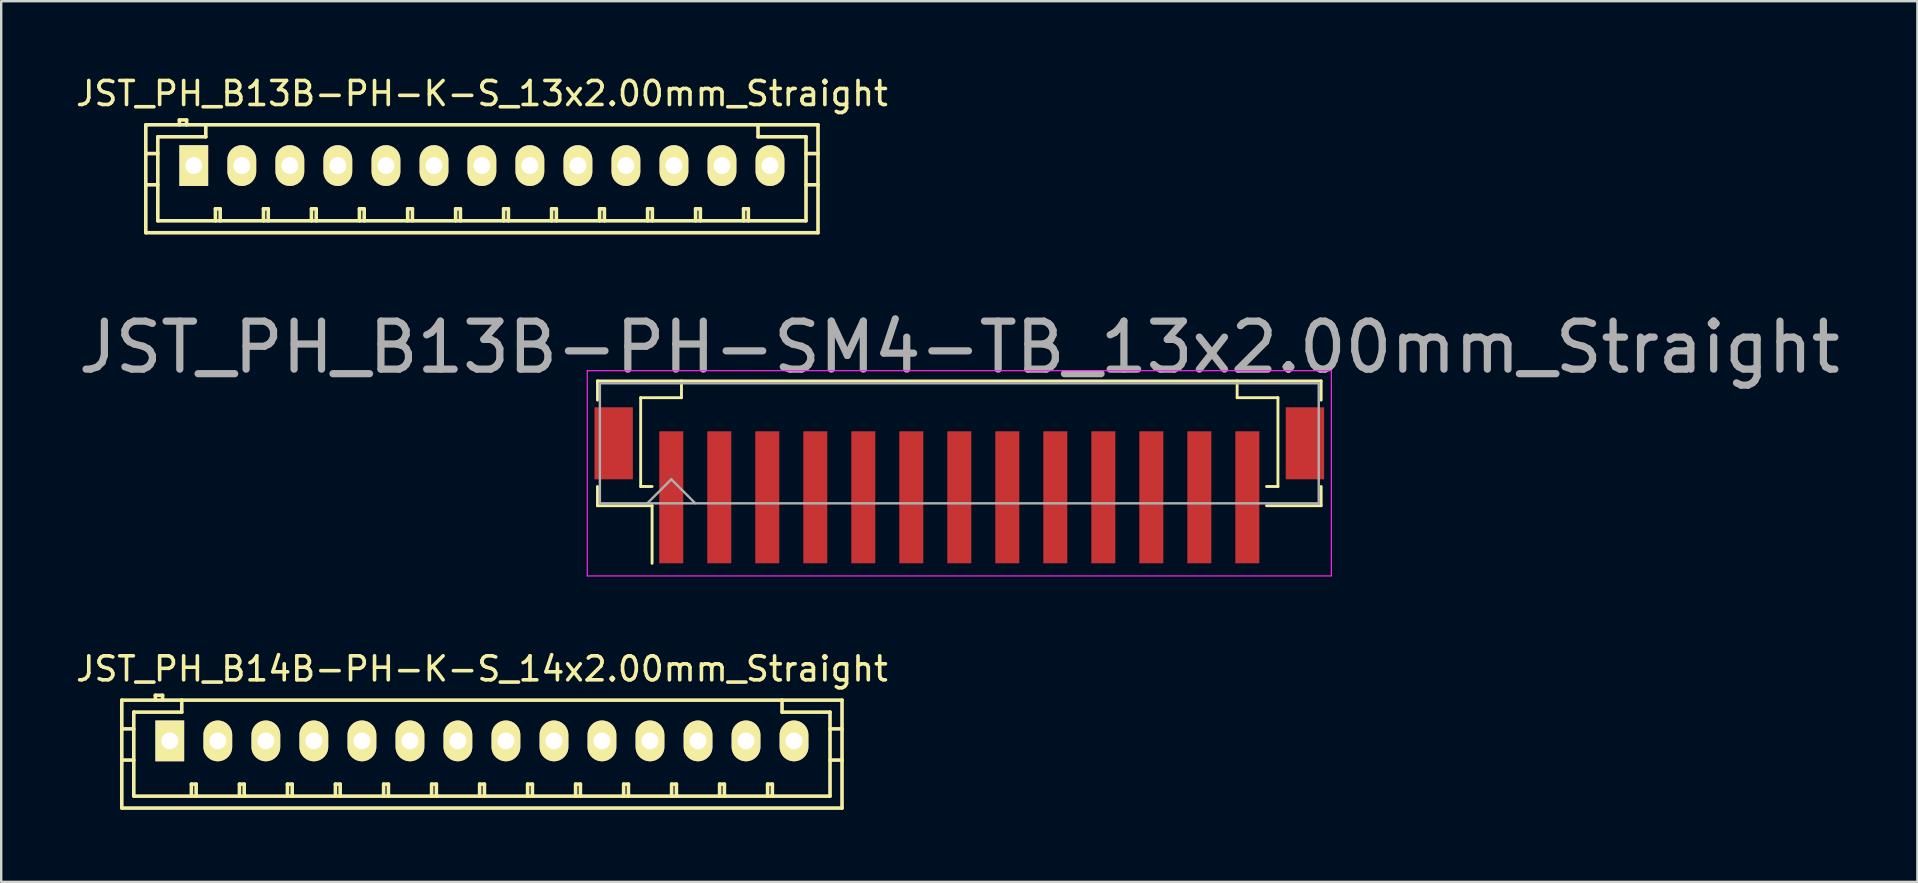
<source format=kicad_pcb>
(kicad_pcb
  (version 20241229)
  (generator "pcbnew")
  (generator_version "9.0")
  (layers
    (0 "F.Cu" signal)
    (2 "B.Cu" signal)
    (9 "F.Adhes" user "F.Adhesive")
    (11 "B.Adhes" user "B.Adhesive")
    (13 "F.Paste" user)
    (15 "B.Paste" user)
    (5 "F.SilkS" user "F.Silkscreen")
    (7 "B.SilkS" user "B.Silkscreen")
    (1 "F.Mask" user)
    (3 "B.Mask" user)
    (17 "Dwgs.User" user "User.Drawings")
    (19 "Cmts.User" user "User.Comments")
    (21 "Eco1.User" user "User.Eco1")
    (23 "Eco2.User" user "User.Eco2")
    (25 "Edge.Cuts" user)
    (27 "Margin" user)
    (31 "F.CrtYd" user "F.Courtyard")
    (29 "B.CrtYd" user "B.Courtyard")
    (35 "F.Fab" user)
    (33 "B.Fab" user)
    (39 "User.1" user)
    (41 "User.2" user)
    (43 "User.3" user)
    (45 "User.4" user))
  (footprint "JST_PH_B14B-PH-K-S_14x2.00mm_Straight"
    (layer "F.Cu")
    (at 4.03 27.817)
    (property "Reference" "JST_PH_B14B-PH-K-S_14x2.00mm_Straight" (at 13 -3 0) (layer "F.SilkS") (effects (font (size 1 1) (thickness 0.15))))
    (attr through_hole)
    (fp_line (start -2.006 -1.699) (end -2.006 2.799) (stroke (width 0.15) (type solid)) (layer "F.SilkS"))
    (fp_line (start -2.001 -1.699) (end 28.001 -1.699) (stroke (width 0.15) (type solid)) (layer "F.SilkS"))
    (fp_line (start -2.001 2.799) (end 28.001 2.799) (stroke (width 0.15) (type solid)) (layer "F.SilkS"))
    (fp_line (start -1.506 -1.199) (end -1.506 2.301) (stroke (width 0.15) (type solid)) (layer "F.SilkS"))
    (fp_line (start -1.506 -0.5) (end -2.006 -0.5) (stroke (width 0.15) (type solid)) (layer "F.SilkS"))
    (fp_line (start -1.506 0.8) (end -2.006 0.8) (stroke (width 0.15) (type solid)) (layer "F.SilkS"))
    (fp_line (start -0.607 -1.9) (end -0.607 -1.699) (stroke (width 0.15) (type solid)) (layer "F.SilkS"))
    (fp_line (start -0.307 -1.9) (end -0.607 -1.9) (stroke (width 0.15) (type solid)) (layer "F.SilkS"))
    (fp_line (start -0.307 -1.699) (end -0.307 -1.9) (stroke (width 0.15) (type solid)) (layer "F.SilkS"))
    (fp_line (start 0.493 -1.699) (end 0.493 -1.199) (stroke (width 0.15) (type solid)) (layer "F.SilkS"))
    (fp_line (start 0.493 -1.199) (end -1.506 -1.199) (stroke (width 0.15) (type solid)) (layer "F.SilkS"))
    (fp_line (start 0.894 1.801) (end 1.092 1.801) (stroke (width 0.15) (type solid)) (layer "F.SilkS"))
    (fp_line (start 0.894 2.301) (end 0.894 1.801) (stroke (width 0.15) (type solid)) (layer "F.SilkS"))
    (fp_line (start 1.092 1.801) (end 1.092 2.301) (stroke (width 0.15) (type solid)) (layer "F.SilkS"))
    (fp_line (start 2.896 1.801) (end 3.094 1.801) (stroke (width 0.15) (type solid)) (layer "F.SilkS"))
    (fp_line (start 2.896 2.301) (end 2.896 1.801) (stroke (width 0.15) (type solid)) (layer "F.SilkS"))
    (fp_line (start 3.094 1.801) (end 3.094 2.301) (stroke (width 0.15) (type solid)) (layer "F.SilkS"))
    (fp_line (start 4.895 1.801) (end 5.093 1.801) (stroke (width 0.15) (type solid)) (layer "F.SilkS"))
    (fp_line (start 4.895 2.301) (end 4.895 1.801) (stroke (width 0.15) (type solid)) (layer "F.SilkS"))
    (fp_line (start 5.093 1.801) (end 5.093 2.301) (stroke (width 0.15) (type solid)) (layer "F.SilkS"))
    (fp_line (start 6.894 1.801) (end 7.092 1.801) (stroke (width 0.15) (type solid)) (layer "F.SilkS"))
    (fp_line (start 6.894 2.301) (end 6.894 1.801) (stroke (width 0.15) (type solid)) (layer "F.SilkS"))
    (fp_line (start 7.092 1.801) (end 7.092 2.301) (stroke (width 0.15) (type solid)) (layer "F.SilkS"))
    (fp_line (start 8.903 1.801) (end 9.101 1.801) (stroke (width 0.15) (type solid)) (layer "F.SilkS"))
    (fp_line (start 8.903 2.301) (end 8.903 1.801) (stroke (width 0.15) (type solid)) (layer "F.SilkS"))
    (fp_line (start 9.101 1.801) (end 9.101 2.301) (stroke (width 0.15) (type solid)) (layer "F.SilkS"))
    (fp_line (start 10.902 1.801) (end 11.1 1.801) (stroke (width 0.15) (type solid)) (layer "F.SilkS"))
    (fp_line (start 10.902 2.301) (end 10.902 1.801) (stroke (width 0.15) (type solid)) (layer "F.SilkS"))
    (fp_line (start 11.1 1.801) (end 11.1 2.301) (stroke (width 0.15) (type solid)) (layer "F.SilkS"))
    (fp_line (start 12.903 1.801) (end 13.102 1.801) (stroke (width 0.15) (type solid)) (layer "F.SilkS"))
    (fp_line (start 12.903 2.301) (end 12.903 1.801) (stroke (width 0.15) (type solid)) (layer "F.SilkS"))
    (fp_line (start 13.102 1.801) (end 13.102 2.301) (stroke (width 0.15) (type solid)) (layer "F.SilkS"))
    (fp_line (start 14.902 1.801) (end 15.101 1.801) (stroke (width 0.15) (type solid)) (layer "F.SilkS"))
    (fp_line (start 14.902 2.301) (end 14.902 1.801) (stroke (width 0.15) (type solid)) (layer "F.SilkS"))
    (fp_line (start 15.101 1.801) (end 15.101 2.301) (stroke (width 0.15) (type solid)) (layer "F.SilkS"))
    (fp_line (start 16.901 1.801) (end 17.1 1.801) (stroke (width 0.15) (type solid)) (layer "F.SilkS"))
    (fp_line (start 16.901 2.301) (end 16.901 1.801) (stroke (width 0.15) (type solid)) (layer "F.SilkS"))
    (fp_line (start 17.1 1.801) (end 17.1 2.301) (stroke (width 0.15) (type solid)) (layer "F.SilkS"))
    (fp_line (start 18.903 1.801) (end 19.101 1.801) (stroke (width 0.15) (type solid)) (layer "F.SilkS"))
    (fp_line (start 18.903 2.301) (end 18.903 1.801) (stroke (width 0.15) (type solid)) (layer "F.SilkS"))
    (fp_line (start 19.101 1.801) (end 19.101 2.301) (stroke (width 0.15) (type solid)) (layer "F.SilkS"))
    (fp_line (start 20.902 1.801) (end 21.1 1.801) (stroke (width 0.15) (type solid)) (layer "F.SilkS"))
    (fp_line (start 20.902 2.301) (end 20.902 1.801) (stroke (width 0.15) (type solid)) (layer "F.SilkS"))
    (fp_line (start 21.1 1.801) (end 21.1 2.301) (stroke (width 0.15) (type solid)) (layer "F.SilkS"))
    (fp_line (start 22.901 1.801) (end 23.099 1.801) (stroke (width 0.15) (type solid)) (layer "F.SilkS"))
    (fp_line (start 22.901 2.301) (end 22.901 1.801) (stroke (width 0.15) (type solid)) (layer "F.SilkS"))
    (fp_line (start 23.099 1.801) (end 23.099 2.301) (stroke (width 0.15) (type solid)) (layer "F.SilkS"))
    (fp_line (start 24.9 1.801) (end 25.098 1.801) (stroke (width 0.15) (type solid)) (layer "F.SilkS"))
    (fp_line (start 24.9 2.301) (end 24.9 1.801) (stroke (width 0.15) (type solid)) (layer "F.SilkS"))
    (fp_line (start 25.098 1.801) (end 25.098 2.301) (stroke (width 0.15) (type solid)) (layer "F.SilkS"))
    (fp_line (start 25.502 -1.199) (end 25.502 -1.699) (stroke (width 0.15) (type solid)) (layer "F.SilkS"))
    (fp_line (start 27.501 -1.199) (end 25.502 -1.199) (stroke (width 0.15) (type solid)) (layer "F.SilkS"))
    (fp_line (start 27.501 0.8) (end 28.001 0.8) (stroke (width 0.15) (type solid)) (layer "F.SilkS"))
    (fp_line (start 27.501 2.301) (end -1.501 2.301) (stroke (width 0.15) (type solid)) (layer "F.SilkS"))
    (fp_line (start 27.501 2.301) (end 27.501 -1.199) (stroke (width 0.15) (type solid)) (layer "F.SilkS"))
    (fp_line (start 28.001 -1.699) (end 28.001 2.799) (stroke (width 0.15) (type solid)) (layer "F.SilkS"))
    (fp_line (start 28.001 -0.5) (end 27.501 -0.5) (stroke (width 0.15) (type solid)) (layer "F.SilkS"))
    (pad "1" thru_hole rect (at -0.007 0) (size 1.199 1.699) (drill 0.701) (layers "*.Cu" "*.Mask" "F.SilkS"))
    (pad "2" thru_hole oval (at 1.994 0) (size 1.199 1.699) (drill 0.701) (layers "*.Cu" "*.Mask" "F.SilkS"))
    (pad "3" thru_hole oval (at 3.996 0) (size 1.199 1.699) (drill 0.701) (layers "*.Cu" "*.Mask" "F.SilkS"))
    (pad "4" thru_hole oval (at 5.995 0) (size 1.199 1.699) (drill 0.701) (layers "*.Cu" "*.Mask" "F.SilkS"))
    (pad "5" thru_hole oval (at 7.999 0) (size 1.199 1.699) (drill 0.701) (layers "*.Cu" "*.Mask" "F.SilkS"))
    (pad "6" thru_hole oval (at 10 0) (size 1.199 1.699) (drill 0.701) (layers "*.Cu" "*.Mask" "F.SilkS"))
    (pad "7" thru_hole oval (at 11.997 0) (size 1.199 1.699) (drill 0.701) (layers "*.Cu" "*.Mask" "F.SilkS"))
    (pad "8" thru_hole oval (at 13.998 0) (size 1.199 1.699) (drill 0.701) (layers "*.Cu" "*.Mask" "F.SilkS"))
    (pad "9" thru_hole oval (at 16 0) (size 1.199 1.699) (drill 0.701) (layers "*.Cu" "*.Mask" "F.SilkS"))
    (pad "10" thru_hole oval (at 17.999 0) (size 1.199 1.699) (drill 0.701) (layers "*.Cu" "*.Mask" "F.SilkS"))
    (pad "11" thru_hole oval (at 20 0) (size 1.199 1.699) (drill 0.701) (layers "*.Cu" "*.Mask" "F.SilkS"))
    (pad "12" thru_hole oval (at 22.002 0) (size 1.199 1.699) (drill 0.701) (layers "*.Cu" "*.Mask" "F.SilkS"))
    (pad "13" thru_hole oval (at 24.001 0) (size 1.199 1.699) (drill 0.701) (layers "*.Cu" "*.Mask" "F.SilkS"))
    (pad "14" thru_hole oval (at 26 0) (size 1.199 1.699) (drill 0.701) (layers "*.Cu" "*.Mask" "F.SilkS")))
  (footprint "JST_PH_B13B-PH-K-S_13x2.00mm_Straight"
    (layer "F.Cu")
    (at 5.03 3.848)
    (property "Reference" "JST_PH_B13B-PH-K-S_13x2.00mm_Straight" (at 12 -3 0) (layer "F.SilkS") (effects (font (size 1 1) (thickness 0.15))))
    (attr through_hole)
    (fp_line (start -2.006 -1.699) (end -2.006 2.799) (stroke (width 0.15) (type solid)) (layer "F.SilkS"))
    (fp_line (start -1.505 -1.199) (end -1.505 2.301) (stroke (width 0.15) (type solid)) (layer "F.SilkS"))
    (fp_line (start -1.505 -0.5) (end -2.006 -0.5) (stroke (width 0.15) (type solid)) (layer "F.SilkS"))
    (fp_line (start -1.505 0.8) (end -2.006 0.8) (stroke (width 0.15) (type solid)) (layer "F.SilkS"))
    (fp_line (start -1.5 2.301) (end 25.5 2.301) (stroke (width 0.15) (type solid)) (layer "F.SilkS"))
    (fp_line (start -0.606 -1.9) (end -0.606 -1.699) (stroke (width 0.15) (type solid)) (layer "F.SilkS"))
    (fp_line (start -0.306 -1.9) (end -0.606 -1.9) (stroke (width 0.15) (type solid)) (layer "F.SilkS"))
    (fp_line (start -0.306 -1.699) (end -0.306 -1.9) (stroke (width 0.15) (type solid)) (layer "F.SilkS"))
    (fp_line (start 0.494 -1.699) (end 0.494 -1.199) (stroke (width 0.15) (type solid)) (layer "F.SilkS"))
    (fp_line (start 0.494 -1.199) (end -1.505 -1.199) (stroke (width 0.15) (type solid)) (layer "F.SilkS"))
    (fp_line (start 0.895 1.801) (end 1.093 1.801) (stroke (width 0.15) (type solid)) (layer "F.SilkS"))
    (fp_line (start 0.895 2.301) (end 0.895 1.801) (stroke (width 0.15) (type solid)) (layer "F.SilkS"))
    (fp_line (start 1.093 1.801) (end 1.093 2.301) (stroke (width 0.15) (type solid)) (layer "F.SilkS"))
    (fp_line (start 2.897 1.801) (end 3.095 1.801) (stroke (width 0.15) (type solid)) (layer "F.SilkS"))
    (fp_line (start 2.897 2.301) (end 2.897 1.801) (stroke (width 0.15) (type solid)) (layer "F.SilkS"))
    (fp_line (start 3.095 1.801) (end 3.095 2.301) (stroke (width 0.15) (type solid)) (layer "F.SilkS"))
    (fp_line (start 4.896 1.801) (end 5.094 1.801) (stroke (width 0.15) (type solid)) (layer "F.SilkS"))
    (fp_line (start 4.896 2.301) (end 4.896 1.801) (stroke (width 0.15) (type solid)) (layer "F.SilkS"))
    (fp_line (start 5.094 1.801) (end 5.094 2.301) (stroke (width 0.15) (type solid)) (layer "F.SilkS"))
    (fp_line (start 6.895 1.801) (end 7.093 1.801) (stroke (width 0.15) (type solid)) (layer "F.SilkS"))
    (fp_line (start 6.895 2.301) (end 6.895 1.801) (stroke (width 0.15) (type solid)) (layer "F.SilkS"))
    (fp_line (start 7.093 1.801) (end 7.093 2.301) (stroke (width 0.15) (type solid)) (layer "F.SilkS"))
    (fp_line (start 8.904 1.801) (end 9.102 1.801) (stroke (width 0.15) (type solid)) (layer "F.SilkS"))
    (fp_line (start 8.904 2.301) (end 8.904 1.801) (stroke (width 0.15) (type solid)) (layer "F.SilkS"))
    (fp_line (start 9.102 1.801) (end 9.102 2.301) (stroke (width 0.15) (type solid)) (layer "F.SilkS"))
    (fp_line (start 10.903 1.801) (end 11.101 1.801) (stroke (width 0.15) (type solid)) (layer "F.SilkS"))
    (fp_line (start 10.903 2.301) (end 10.903 1.801) (stroke (width 0.15) (type solid)) (layer "F.SilkS"))
    (fp_line (start 11.101 1.801) (end 11.101 2.301) (stroke (width 0.15) (type solid)) (layer "F.SilkS"))
    (fp_line (start 12.902 1.801) (end 13.1 1.801) (stroke (width 0.15) (type solid)) (layer "F.SilkS"))
    (fp_line (start 12.902 2.301) (end 12.902 1.801) (stroke (width 0.15) (type solid)) (layer "F.SilkS"))
    (fp_line (start 13.1 1.801) (end 13.1 2.301) (stroke (width 0.15) (type solid)) (layer "F.SilkS"))
    (fp_line (start 14.901 1.801) (end 15.099 1.801) (stroke (width 0.15) (type solid)) (layer "F.SilkS"))
    (fp_line (start 14.901 2.301) (end 14.901 1.801) (stroke (width 0.15) (type solid)) (layer "F.SilkS"))
    (fp_line (start 15.099 1.801) (end 15.099 2.301) (stroke (width 0.15) (type solid)) (layer "F.SilkS"))
    (fp_line (start 16.902 1.801) (end 17.1 1.801) (stroke (width 0.15) (type solid)) (layer "F.SilkS"))
    (fp_line (start 16.902 2.301) (end 16.902 1.801) (stroke (width 0.15) (type solid)) (layer "F.SilkS"))
    (fp_line (start 17.1 1.801) (end 17.1 2.301) (stroke (width 0.15) (type solid)) (layer "F.SilkS"))
    (fp_line (start 18.901 1.801) (end 19.099 1.801) (stroke (width 0.15) (type solid)) (layer "F.SilkS"))
    (fp_line (start 18.901 2.301) (end 18.901 1.801) (stroke (width 0.15) (type solid)) (layer "F.SilkS"))
    (fp_line (start 19.099 1.801) (end 19.099 2.301) (stroke (width 0.15) (type solid)) (layer "F.SilkS"))
    (fp_line (start 20.9 1.801) (end 21.098 1.801) (stroke (width 0.15) (type solid)) (layer "F.SilkS"))
    (fp_line (start 20.9 2.301) (end 20.9 1.801) (stroke (width 0.15) (type solid)) (layer "F.SilkS"))
    (fp_line (start 21.098 1.801) (end 21.098 2.301) (stroke (width 0.15) (type solid)) (layer "F.SilkS"))
    (fp_line (start 22.899 1.801) (end 23.097 1.801) (stroke (width 0.15) (type solid)) (layer "F.SilkS"))
    (fp_line (start 22.899 2.301) (end 22.899 1.801) (stroke (width 0.15) (type solid)) (layer "F.SilkS"))
    (fp_line (start 23.097 1.801) (end 23.097 2.301) (stroke (width 0.15) (type solid)) (layer "F.SilkS"))
    (fp_line (start 23.501 -1.199) (end 23.501 -1.699) (stroke (width 0.15) (type solid)) (layer "F.SilkS"))
    (fp_line (start 25.5 -1.199) (end 23.501 -1.199) (stroke (width 0.15) (type solid)) (layer "F.SilkS"))
    (fp_line (start 25.5 0.8) (end 26 0.8) (stroke (width 0.15) (type solid)) (layer "F.SilkS"))
    (fp_line (start 25.5 2.301) (end 25.5 -1.199) (stroke (width 0.15) (type solid)) (layer "F.SilkS"))
    (fp_line (start 26 -1.699) (end -2 -1.699) (stroke (width 0.15) (type solid)) (layer "F.SilkS"))
    (fp_line (start 26 -1.699) (end 26 2.799) (stroke (width 0.15) (type solid)) (layer "F.SilkS"))
    (fp_line (start 26 -0.5) (end 25.5 -0.5) (stroke (width 0.15) (type solid)) (layer "F.SilkS"))
    (fp_line (start 26 2.799) (end -2 2.799) (stroke (width 0.15) (type solid)) (layer "F.SilkS"))
    (pad "1" thru_hole rect (at -0.007 0) (size 1.199 1.699) (drill 0.701) (layers "*.Cu" "*.Mask" "F.SilkS"))
    (pad "2" thru_hole oval (at 1.995 0) (size 1.199 1.699) (drill 0.701) (layers "*.Cu" "*.Mask" "F.SilkS"))
    (pad "3" thru_hole oval (at 3.996 0) (size 1.199 1.699) (drill 0.701) (layers "*.Cu" "*.Mask" "F.SilkS"))
    (pad "4" thru_hole oval (at 5.995 0) (size 1.199 1.699) (drill 0.701) (layers "*.Cu" "*.Mask" "F.SilkS"))
    (pad "5" thru_hole oval (at 8 0) (size 1.199 1.699) (drill 0.701) (layers "*.Cu" "*.Mask" "F.SilkS"))
    (pad "6" thru_hole oval (at 10.001 0) (size 1.199 1.699) (drill 0.701) (layers "*.Cu" "*.Mask" "F.SilkS"))
    (pad "7" thru_hole oval (at 11.997 0) (size 1.199 1.699) (drill 0.701) (layers "*.Cu" "*.Mask" "F.SilkS"))
    (pad "8" thru_hole oval (at 13.996 0) (size 1.199 1.699) (drill 0.701) (layers "*.Cu" "*.Mask" "F.SilkS"))
    (pad "9" thru_hole oval (at 15.998 0) (size 1.199 1.699) (drill 0.701) (layers "*.Cu" "*.Mask" "F.SilkS"))
    (pad "10" thru_hole oval (at 17.997 0) (size 1.199 1.699) (drill 0.701) (layers "*.Cu" "*.Mask" "F.SilkS"))
    (pad "11" thru_hole oval (at 19.998 0) (size 1.199 1.699) (drill 0.701) (layers "*.Cu" "*.Mask" "F.SilkS"))
    (pad "12" thru_hole oval (at 22 0) (size 1.199 1.699) (drill 0.701) (layers "*.Cu" "*.Mask" "F.SilkS"))
    (pad "13" thru_hole oval (at 23.999 0) (size 1.199 1.699) (drill 0.701) (layers "*.Cu" "*.Mask" "F.SilkS")))
  (footprint "JST_PH_B13B-PH-SM4-TB_13x2.00mm_Straight"
    (layer "F.Cu")
    (at 36.917 16.544)
    (property "Reference" "JST_PH_B13B-PH-SM4-TB_13x2.00mm_Straight" (at 0 -5.125 0) (layer "F.Fab") (effects (font (size 2 2) (thickness 0.3))))
    (attr smd)
    (fp_line (start -15.075 -3.725) (end 15.075 -3.725) (stroke (width 0.12) (type solid)) (layer "F.SilkS"))
    (fp_line (start -15.075 -2.925) (end -15.075 -3.725) (stroke (width 0.12) (type solid)) (layer "F.SilkS"))
    (fp_line (start -15.075 0.675) (end -15.075 1.475) (stroke (width 0.12) (type solid)) (layer "F.SilkS"))
    (fp_line (start -15.075 1.475) (end -12.8 1.475) (stroke (width 0.12) (type solid)) (layer "F.SilkS"))
    (fp_line (start -13.275 -3.025) (end -13.275 0.675) (stroke (width 0.12) (type solid)) (layer "F.SilkS"))
    (fp_line (start -13.275 0.675) (end -12.8 0.675) (stroke (width 0.12) (type solid)) (layer "F.SilkS"))
    (fp_line (start -12.8 1.475) (end -12.8 3.875) (stroke (width 0.12) (type solid)) (layer "F.SilkS"))
    (fp_line (start -11.575 -3.725) (end -11.575 -3.025) (stroke (width 0.12) (type solid)) (layer "F.SilkS"))
    (fp_line (start -11.575 -3.025) (end -13.275 -3.025) (stroke (width 0.12) (type solid)) (layer "F.SilkS"))
    (fp_line (start 11.575 -3.725) (end 11.575 -3.025) (stroke (width 0.12) (type solid)) (layer "F.SilkS"))
    (fp_line (start 11.575 -3.025) (end 13.275 -3.025) (stroke (width 0.12) (type solid)) (layer "F.SilkS"))
    (fp_line (start 13.275 -3.025) (end 13.275 0.675) (stroke (width 0.12) (type solid)) (layer "F.SilkS"))
    (fp_line (start 13.275 0.675) (end 12.8 0.675) (stroke (width 0.12) (type solid)) (layer "F.SilkS"))
    (fp_line (start 15.075 -3.725) (end 15.075 -2.925) (stroke (width 0.12) (type solid)) (layer "F.SilkS"))
    (fp_line (start 15.075 0.675) (end 15.075 1.475) (stroke (width 0.12) (type solid)) (layer "F.SilkS"))
    (fp_line (start 15.075 1.475) (end 12.8 1.475) (stroke (width 0.12) (type solid)) (layer "F.SilkS"))
    (fp_line (start -15.5 -4.15) (end -15.5 4.4) (stroke (width 0.05) (type solid)) (layer "F.CrtYd"))
    (fp_line (start -15.5 4.4) (end 15.5 4.4) (stroke (width 0.05) (type solid)) (layer "F.CrtYd"))
    (fp_line (start 15.5 -4.15) (end -15.5 -4.15) (stroke (width 0.05) (type solid)) (layer "F.CrtYd"))
    (fp_line (start 15.5 4.4) (end 15.5 -4.15) (stroke (width 0.05) (type solid)) (layer "F.CrtYd"))
    (fp_line (start -14.975 -3.625) (end -14.975 1.375) (stroke (width 0.1) (type solid)) (layer "F.Fab"))
    (fp_line (start -14.975 1.375) (end 14.975 1.375) (stroke (width 0.1) (type solid)) (layer "F.Fab"))
    (fp_line (start -13 1.375) (end -12 0.375) (stroke (width 0.1) (type solid)) (layer "F.Fab"))
    (fp_line (start -12 0.375) (end -11 1.375) (stroke (width 0.1) (type solid)) (layer "F.Fab"))
    (fp_line (start 14.975 -3.625) (end -14.975 -3.625) (stroke (width 0.1) (type solid)) (layer "F.Fab"))
    (fp_line (start 14.975 1.375) (end 14.975 -3.625) (stroke (width 0.1) (type solid)) (layer "F.Fab"))
    (pad "" smd rect (at -14.4 -1.125) (size 1.6 3) (layers "F.Cu" "F.Mask" "F.Paste"))
    (pad "" smd rect (at 14.4 -1.125) (size 1.6 3) (layers "F.Cu" "F.Mask" "F.Paste"))
    (pad "1" smd rect (at -12 1.125) (size 1 5.5) (layers "F.Cu" "F.Mask" "F.Paste"))
    (pad "2" smd rect (at -10 1.125) (size 1 5.5) (layers "F.Cu" "F.Mask" "F.Paste"))
    (pad "3" smd rect (at -8 1.125) (size 1 5.5) (layers "F.Cu" "F.Mask" "F.Paste"))
    (pad "4" smd rect (at -6 1.125) (size 1 5.5) (layers "F.Cu" "F.Mask" "F.Paste"))
    (pad "5" smd rect (at -4 1.125) (size 1 5.5) (layers "F.Cu" "F.Mask" "F.Paste"))
    (pad "6" smd rect (at -2 1.125) (size 1 5.5) (layers "F.Cu" "F.Mask" "F.Paste"))
    (pad "7" smd rect (at 0 1.125) (size 1 5.5) (layers "F.Cu" "F.Mask" "F.Paste"))
    (pad "8" smd rect (at 2 1.125) (size 1 5.5) (layers "F.Cu" "F.Mask" "F.Paste"))
    (pad "9" smd rect (at 4 1.125) (size 1 5.5) (layers "F.Cu" "F.Mask" "F.Paste"))
    (pad "10" smd rect (at 6 1.125) (size 1 5.5) (layers "F.Cu" "F.Mask" "F.Paste"))
    (pad "11" smd rect (at 8 1.125) (size 1 5.5) (layers "F.Cu" "F.Mask" "F.Paste"))
    (pad "12" smd rect (at 10 1.125) (size 1 5.5) (layers "F.Cu" "F.Mask" "F.Paste"))
    (pad "13" smd rect (at 12 1.125) (size 1 5.5) (layers "F.Cu" "F.Mask" "F.Paste")))
  (gr_rect
    (start -3 -3)
    (end 76.833 33.691)
    (stroke (width 0.1) (type default))
    (fill no)
    (layer "Edge.Cuts")))
</source>
